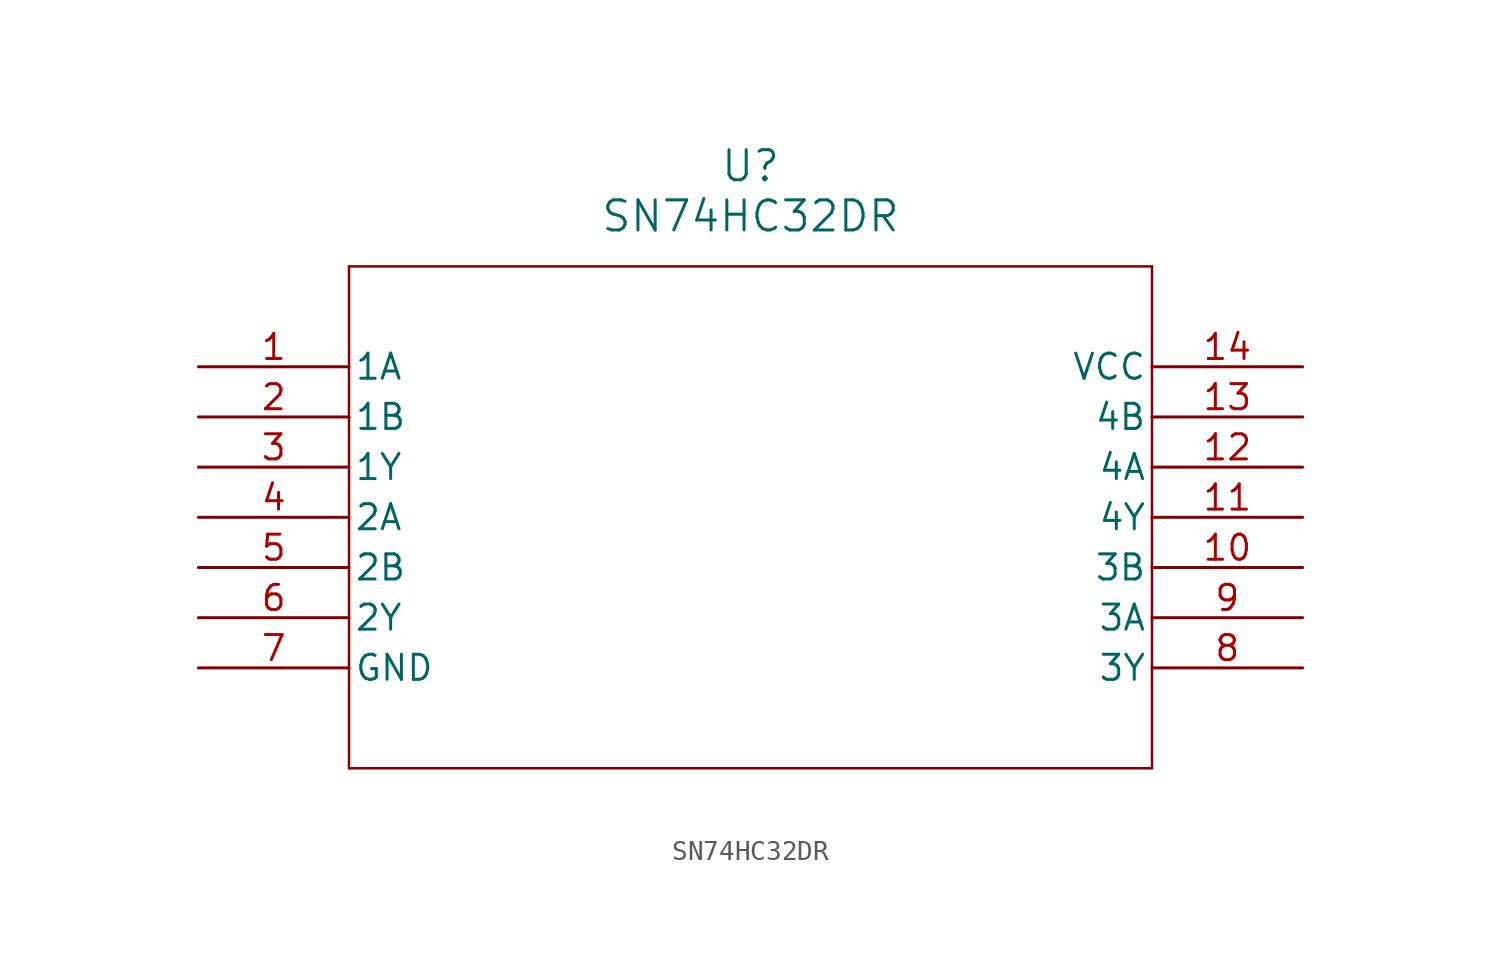
<source format=kicad_sym>
(kicad_symbol_lib
  (version 20211014)
  (generator kicad_symbol_editor)
  (symbol "SN74HC32DR"
    (pin_names
      (offset 0.254))
    (property "Reference" "U"
      (at 27.94 10.16 0)
      (effects (font (size 1.524 1.524))))
    (property "Value" "SN74HC32DR"
      (at 27.94 7.62 0)
      (effects (font (size 1.524 1.524))))
    (symbol "SN74HC32DR_0_1"
      (polyline (pts (xy 7.62 5.08) (xy 7.62 -20.32)) (stroke (width 0.127) (type default) (color 0 0 0 0)) (fill (type none)))
      (polyline (pts (xy 7.62 -20.32) (xy 48.26 -20.32)) (stroke (width 0.127) (type default) (color 0 0 0 0)) (fill (type none)))
      (polyline (pts (xy 48.26 -20.32) (xy 48.26 5.08)) (stroke (width 0.127) (type default) (color 0 0 0 0)) (fill (type none)))
      (polyline (pts (xy 48.26 5.08) (xy 7.62 5.08)) (stroke (width 0.127) (type default) (color 0 0 0 0)) (fill (type none)))
      (pin input line (at 0 0 0) (length 7.62) (name "1A" (effects (font (size 1.27 1.27)))) (number "1" (effects (font (size 1.27 1.27)))))
      (pin input line (at 0 -2.54 0) (length 7.62) (name "1B" (effects (font (size 1.27 1.27)))) (number "2" (effects (font (size 1.27 1.27)))))
      (pin output line (at 0 -5.08 0) (length 7.62) (name "1Y" (effects (font (size 1.27 1.27)))) (number "3" (effects (font (size 1.27 1.27)))))
      (pin input line (at 0 -7.62 0) (length 7.62) (name "2A" (effects (font (size 1.27 1.27)))) (number "4" (effects (font (size 1.27 1.27)))))
      (pin input line (at 0 -10.16 0) (length 7.62) (name "2B" (effects (font (size 1.27 1.27)))) (number "5" (effects (font (size 1.27 1.27)))))
      (pin output line (at 0 -12.7 0) (length 7.62) (name "2Y" (effects (font (size 1.27 1.27)))) (number "6" (effects (font (size 1.27 1.27)))))
      (pin power_in line (at 0 -15.24 0) (length 7.62) (name "GND" (effects (font (size 1.27 1.27)))) (number "7" (effects (font (size 1.27 1.27)))))
      (pin output line (at 55.88 -15.24 180) (length 7.62) (name "3Y" (effects (font (size 1.27 1.27)))) (number "8" (effects (font (size 1.27 1.27)))))
      (pin input line (at 55.88 -12.7 180) (length 7.62) (name "3A" (effects (font (size 1.27 1.27)))) (number "9" (effects (font (size 1.27 1.27)))))
      (pin input line (at 55.88 -10.16 180) (length 7.62) (name "3B" (effects (font (size 1.27 1.27)))) (number "10" (effects (font (size 1.27 1.27)))))
      (pin output line (at 55.88 -7.62 180) (length 7.62) (name "4Y" (effects (font (size 1.27 1.27)))) (number "11" (effects (font (size 1.27 1.27)))))
      (pin input line (at 55.88 -5.08 180) (length 7.62) (name "4A" (effects (font (size 1.27 1.27)))) (number "12" (effects (font (size 1.27 1.27)))))
      (pin input line (at 55.88 -2.54 180) (length 7.62) (name "4B" (effects (font (size 1.27 1.27)))) (number "13" (effects (font (size 1.27 1.27)))))
      (pin power_in line (at 55.88 0 180) (length 7.62) (name "VCC" (effects (font (size 1.27 1.27)))) (number "14" (effects (font (size 1.27 1.27))))))))
</source>
